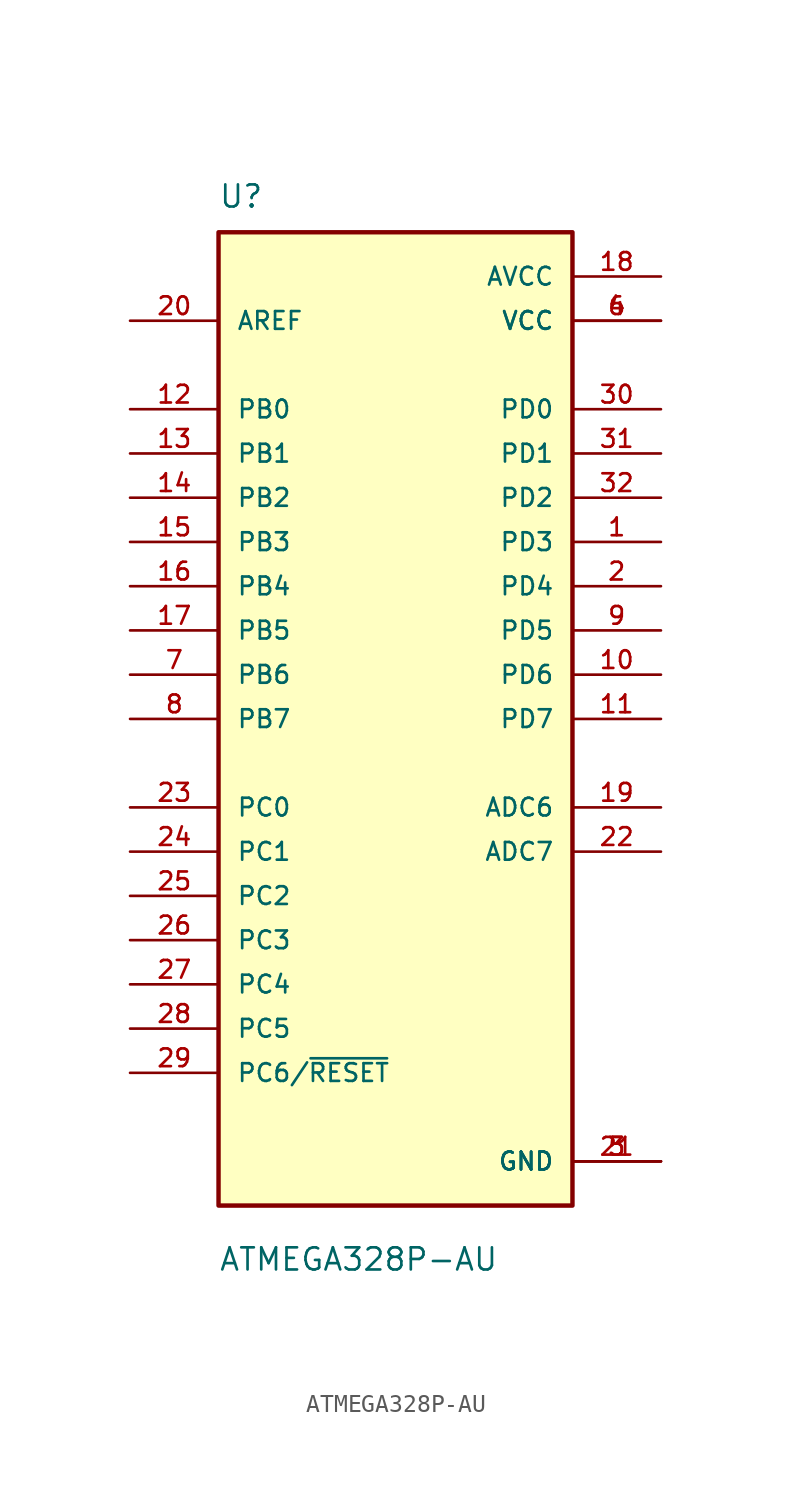
<source format=kicad_sym>
(kicad_symbol_lib
  (version 20211014)
  (generator kicad_symbol_editor)
  (symbol "ATMEGA328P-AU"
    (pin_names
      (offset 1.016))
    (property "Reference" "U"
      (at -10.175 29.255 0)
      (effects (font (size 1.27 1.27)) (justify bottom left)))
    (property "Value" "ATMEGA328P-AU"
      (at -10.167 -31.771 0)
      (effects (font (size 1.27 1.27)) (justify bottom left)))
    (symbol "ATMEGA328P-AU_0_0"
      (rectangle (start -10.16 -27.94) (end 10.16 27.94) (stroke (width 0.254)) (fill (type background)))
      (pin power_in line (at 15.24 22.86 180.0) (length 5.08) (name "VCC" (effects (font (size 1.016 1.016)))) (number "4" (effects (font (size 1.016 1.016)))))
      (pin power_in line (at 15.24 22.86 180.0) (length 5.08) (name "VCC" (effects (font (size 1.016 1.016)))) (number "6" (effects (font (size 1.016 1.016)))))
      (pin power_in line (at 15.24 -25.4 180.0) (length 5.08) (name "GND" (effects (font (size 1.016 1.016)))) (number "3" (effects (font (size 1.016 1.016)))))
      (pin power_in line (at 15.24 -25.4 180.0) (length 5.08) (name "GND" (effects (font (size 1.016 1.016)))) (number "5" (effects (font (size 1.016 1.016)))))
      (pin power_in line (at 15.24 -25.4 180.0) (length 5.08) (name "GND" (effects (font (size 1.016 1.016)))) (number "21" (effects (font (size 1.016 1.016)))))
      (pin bidirectional line (at -15.24 17.78 0) (length 5.08) (name "PB0" (effects (font (size 1.016 1.016)))) (number "12" (effects (font (size 1.016 1.016)))))
      (pin bidirectional line (at -15.24 15.24 0) (length 5.08) (name "PB1" (effects (font (size 1.016 1.016)))) (number "13" (effects (font (size 1.016 1.016)))))
      (pin bidirectional line (at -15.24 12.7 0) (length 5.08) (name "PB2" (effects (font (size 1.016 1.016)))) (number "14" (effects (font (size 1.016 1.016)))))
      (pin bidirectional line (at -15.24 10.16 0) (length 5.08) (name "PB3" (effects (font (size 1.016 1.016)))) (number "15" (effects (font (size 1.016 1.016)))))
      (pin bidirectional line (at -15.24 7.62 0) (length 5.08) (name "PB4" (effects (font (size 1.016 1.016)))) (number "16" (effects (font (size 1.016 1.016)))))
      (pin bidirectional line (at -15.24 5.08 0) (length 5.08) (name "PB5" (effects (font (size 1.016 1.016)))) (number "17" (effects (font (size 1.016 1.016)))))
      (pin bidirectional line (at -15.24 2.54 0) (length 5.08) (name "PB6" (effects (font (size 1.016 1.016)))) (number "7" (effects (font (size 1.016 1.016)))))
      (pin bidirectional line (at -15.24 0.0 0) (length 5.08) (name "PB7" (effects (font (size 1.016 1.016)))) (number "8" (effects (font (size 1.016 1.016)))))
      (pin bidirectional line (at -15.24 -5.08 0) (length 5.08) (name "PC0" (effects (font (size 1.016 1.016)))) (number "23" (effects (font (size 1.016 1.016)))))
      (pin bidirectional line (at -15.24 -7.62 0) (length 5.08) (name "PC1" (effects (font (size 1.016 1.016)))) (number "24" (effects (font (size 1.016 1.016)))))
      (pin bidirectional line (at -15.24 -10.16 0) (length 5.08) (name "PC2" (effects (font (size 1.016 1.016)))) (number "25" (effects (font (size 1.016 1.016)))))
      (pin bidirectional line (at -15.24 -12.7 0) (length 5.08) (name "PC3" (effects (font (size 1.016 1.016)))) (number "26" (effects (font (size 1.016 1.016)))))
      (pin bidirectional line (at -15.24 -15.24 0) (length 5.08) (name "PC4" (effects (font (size 1.016 1.016)))) (number "27" (effects (font (size 1.016 1.016)))))
      (pin bidirectional line (at -15.24 -17.78 0) (length 5.08) (name "PC5" (effects (font (size 1.016 1.016)))) (number "28" (effects (font (size 1.016 1.016)))))
      (pin bidirectional line (at -15.24 -20.32 0) (length 5.08) (name "PC6/~{RESET}" (effects (font (size 1.016 1.016)))) (number "29" (effects (font (size 1.016 1.016)))))
      (pin bidirectional line (at 15.24 17.78 180.0) (length 5.08) (name "PD0" (effects (font (size 1.016 1.016)))) (number "30" (effects (font (size 1.016 1.016)))))
      (pin bidirectional line (at 15.24 15.24 180.0) (length 5.08) (name "PD1" (effects (font (size 1.016 1.016)))) (number "31" (effects (font (size 1.016 1.016)))))
      (pin bidirectional line (at 15.24 12.7 180.0) (length 5.08) (name "PD2" (effects (font (size 1.016 1.016)))) (number "32" (effects (font (size 1.016 1.016)))))
      (pin bidirectional line (at 15.24 10.16 180.0) (length 5.08) (name "PD3" (effects (font (size 1.016 1.016)))) (number "1" (effects (font (size 1.016 1.016)))))
      (pin bidirectional line (at 15.24 7.62 180.0) (length 5.08) (name "PD4" (effects (font (size 1.016 1.016)))) (number "2" (effects (font (size 1.016 1.016)))))
      (pin bidirectional line (at 15.24 5.08 180.0) (length 5.08) (name "PD5" (effects (font (size 1.016 1.016)))) (number "9" (effects (font (size 1.016 1.016)))))
      (pin bidirectional line (at 15.24 2.54 180.0) (length 5.08) (name "PD6" (effects (font (size 1.016 1.016)))) (number "10" (effects (font (size 1.016 1.016)))))
      (pin bidirectional line (at 15.24 0.0 180.0) (length 5.08) (name "PD7" (effects (font (size 1.016 1.016)))) (number "11" (effects (font (size 1.016 1.016)))))
      (pin input line (at -15.24 22.86 0) (length 5.08) (name "AREF" (effects (font (size 1.016 1.016)))) (number "20" (effects (font (size 1.016 1.016)))))
      (pin power_in line (at 15.24 25.4 180.0) (length 5.08) (name "AVCC" (effects (font (size 1.016 1.016)))) (number "18" (effects (font (size 1.016 1.016)))))
      (pin bidirectional line (at 15.24 -5.08 180.0) (length 5.08) (name "ADC6" (effects (font (size 1.016 1.016)))) (number "19" (effects (font (size 1.016 1.016)))))
      (pin bidirectional line (at 15.24 -7.62 180.0) (length 5.08) (name "ADC7" (effects (font (size 1.016 1.016)))) (number "22" (effects (font (size 1.016 1.016))))))))
</source>
